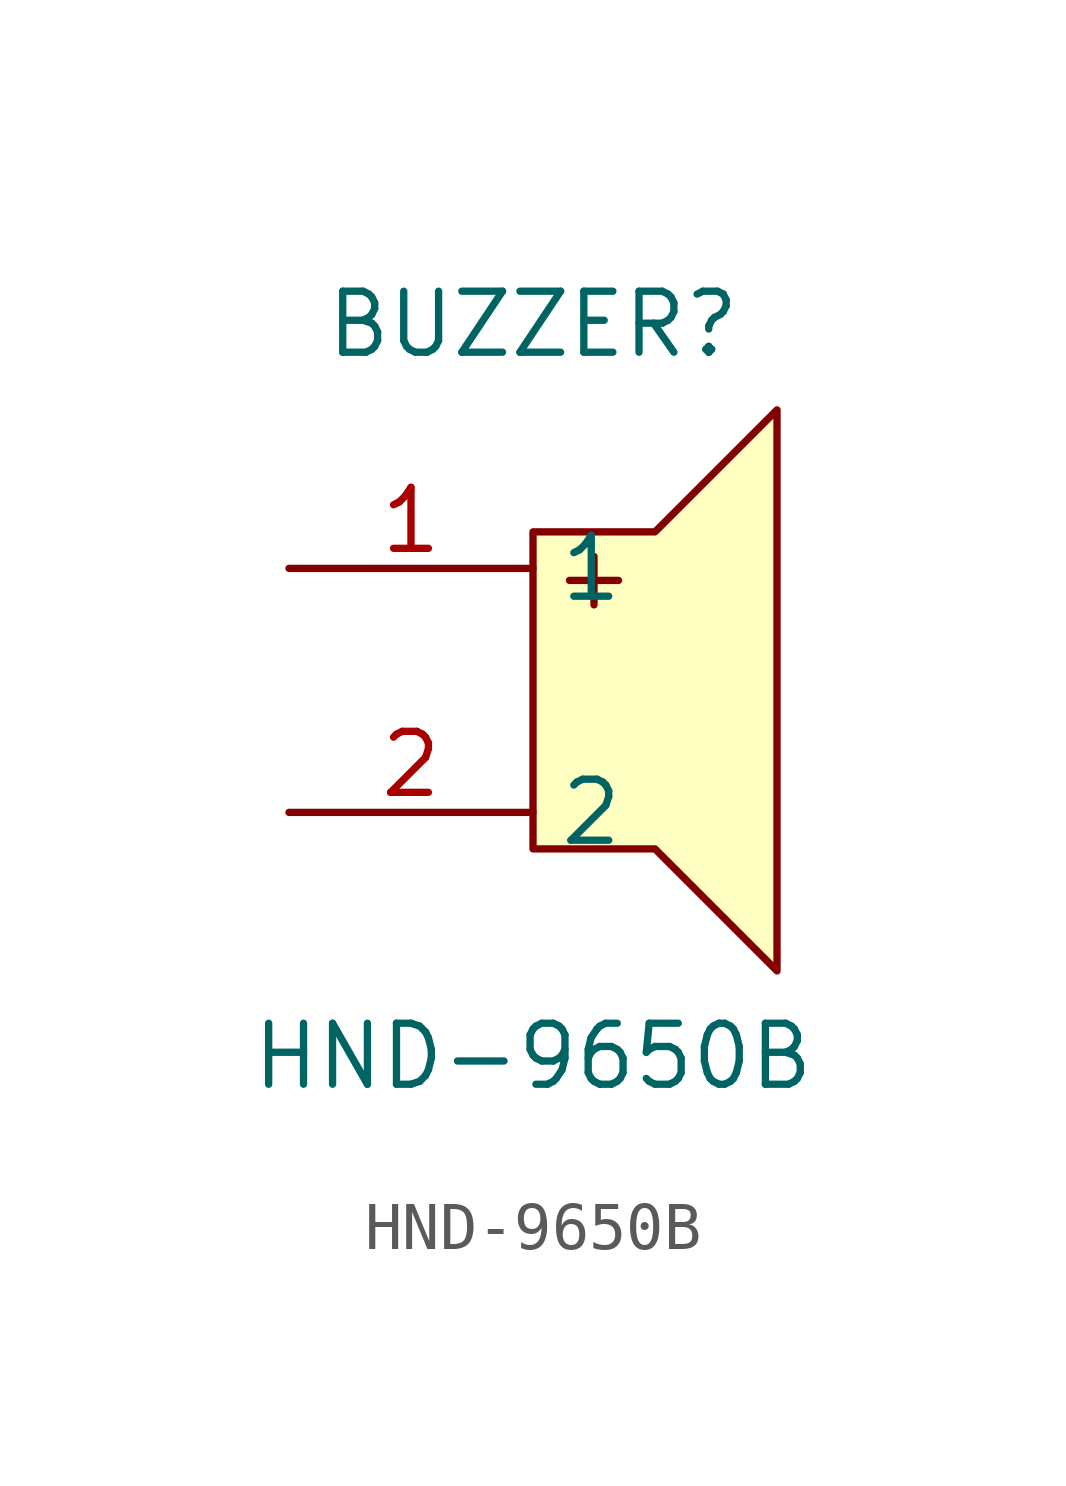
<source format=kicad_sym>
(kicad_symbol_lib
  (version 20211014)
  (generator https://github.com/uPesy/easyeda2kicad.py)
  (symbol "HND-9650B"
    (property "Reference" "BUZZER"
      (at 0 7.62 0)
      (effects (font (size 1.27 1.27))))
    (property "Value" "HND-9650B"
      (at 0 -7.62 0)
      (effects (font (size 1.27 1.27))))
    (symbol "HND-9650B_0_1"
      (polyline (pts (xy 0.00 1.78) (xy 0.00 -3.30) (xy 2.54 -3.30) (xy 5.08 -5.84) (xy 5.08 5.84) (xy 2.54 3.30) (xy 0.00 3.30) (xy 0.00 1.78)) (stroke (width 0) (type default) (color 0 0 0 0)) (fill (type background)))
      (polyline (pts (xy 0.76 2.29) (xy 1.78 2.29)) (stroke (width 0) (type default) (color 0 0 0 0)) (fill (type none)))
      (polyline (pts (xy 1.27 2.79) (xy 1.27 1.78)) (stroke (width 0) (type default) (color 0 0 0 0)) (fill (type none)))
      (pin unspecified line (at -5.08 2.54 0) (length 5.08) (name "1" (effects (font (size 1.27 1.27)))) (number "1" (effects (font (size 1.27 1.27)))))
      (pin unspecified line (at -5.08 -2.54 0) (length 5.08) (name "2" (effects (font (size 1.27 1.27)))) (number "2" (effects (font (size 1.27 1.27))))))))
</source>
